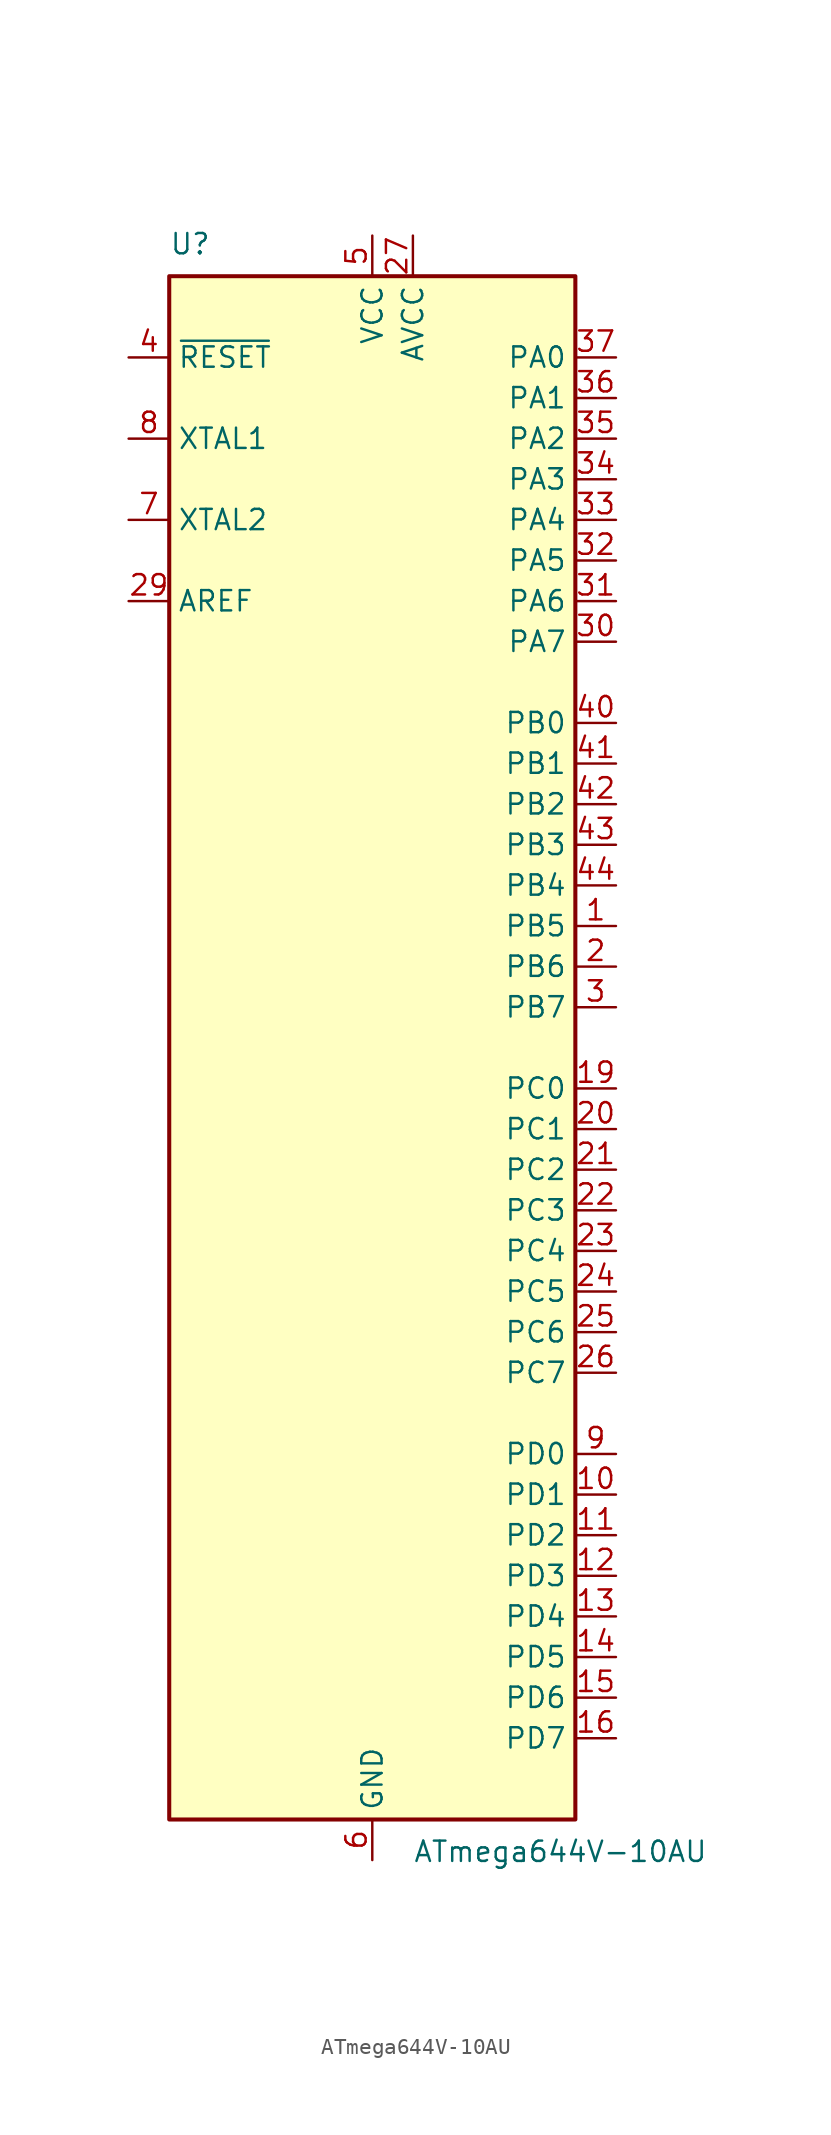
<source format=kicad_sym>
(kicad_symbol_lib
  (version 20211014)
  (generator kicad_symbol_editor)
  (symbol "ATmega644V-10AU"
    (property "Reference" "U"
      (at -12.7 49.53 0)
      (effects (font (size 1.27 1.27)) (justify left bottom)))
    (property "Value" "ATmega644V-10AU"
      (at 2.54 -49.53 0)
      (effects (font (size 1.27 1.27)) (justify left top)))
    (symbol "ATmega644V-10AU_0_1"
      (rectangle (start -12.7 -48.26) (end 12.7 48.26) (stroke (width 0.254) (type default) (color 0 0 0 0)) (fill (type background))))
    (symbol "ATmega644V-10AU_1_1"
      (pin bidirectional line (at 15.24 7.62 180) (length 2.54) (name "PB5" (effects (font (size 1.27 1.27)))) (number "1" (effects (font (size 1.27 1.27)))))
      (pin bidirectional line (at 15.24 -27.94 180) (length 2.54) (name "PD1" (effects (font (size 1.27 1.27)))) (number "10" (effects (font (size 1.27 1.27)))))
      (pin bidirectional line (at 15.24 -30.48 180) (length 2.54) (name "PD2" (effects (font (size 1.27 1.27)))) (number "11" (effects (font (size 1.27 1.27)))))
      (pin bidirectional line (at 15.24 -33.02 180) (length 2.54) (name "PD3" (effects (font (size 1.27 1.27)))) (number "12" (effects (font (size 1.27 1.27)))))
      (pin bidirectional line (at 15.24 -35.56 180) (length 2.54) (name "PD4" (effects (font (size 1.27 1.27)))) (number "13" (effects (font (size 1.27 1.27)))))
      (pin bidirectional line (at 15.24 -38.1 180) (length 2.54) (name "PD5" (effects (font (size 1.27 1.27)))) (number "14" (effects (font (size 1.27 1.27)))))
      (pin bidirectional line (at 15.24 -40.64 180) (length 2.54) (name "PD6" (effects (font (size 1.27 1.27)))) (number "15" (effects (font (size 1.27 1.27)))))
      (pin bidirectional line (at 15.24 -43.18 180) (length 2.54) (name "PD7" (effects (font (size 1.27 1.27)))) (number "16" (effects (font (size 1.27 1.27)))))
      (pin passive line (at 0 50.8 270) (length 2.54) hide (name "VCC" (effects (font (size 1.27 1.27)))) (number "17" (effects (font (size 1.27 1.27)))))
      (pin passive line (at 0 -50.8 90) (length 2.54) hide (name "GND" (effects (font (size 1.27 1.27)))) (number "18" (effects (font (size 1.27 1.27)))))
      (pin bidirectional line (at 15.24 -2.54 180) (length 2.54) (name "PC0" (effects (font (size 1.27 1.27)))) (number "19" (effects (font (size 1.27 1.27)))))
      (pin bidirectional line (at 15.24 5.08 180) (length 2.54) (name "PB6" (effects (font (size 1.27 1.27)))) (number "2" (effects (font (size 1.27 1.27)))))
      (pin bidirectional line (at 15.24 -5.08 180) (length 2.54) (name "PC1" (effects (font (size 1.27 1.27)))) (number "20" (effects (font (size 1.27 1.27)))))
      (pin bidirectional line (at 15.24 -7.62 180) (length 2.54) (name "PC2" (effects (font (size 1.27 1.27)))) (number "21" (effects (font (size 1.27 1.27)))))
      (pin bidirectional line (at 15.24 -10.16 180) (length 2.54) (name "PC3" (effects (font (size 1.27 1.27)))) (number "22" (effects (font (size 1.27 1.27)))))
      (pin bidirectional line (at 15.24 -12.7 180) (length 2.54) (name "PC4" (effects (font (size 1.27 1.27)))) (number "23" (effects (font (size 1.27 1.27)))))
      (pin bidirectional line (at 15.24 -15.24 180) (length 2.54) (name "PC5" (effects (font (size 1.27 1.27)))) (number "24" (effects (font (size 1.27 1.27)))))
      (pin bidirectional line (at 15.24 -17.78 180) (length 2.54) (name "PC6" (effects (font (size 1.27 1.27)))) (number "25" (effects (font (size 1.27 1.27)))))
      (pin bidirectional line (at 15.24 -20.32 180) (length 2.54) (name "PC7" (effects (font (size 1.27 1.27)))) (number "26" (effects (font (size 1.27 1.27)))))
      (pin power_in line (at 2.54 50.8 270) (length 2.54) (name "AVCC" (effects (font (size 1.27 1.27)))) (number "27" (effects (font (size 1.27 1.27)))))
      (pin passive line (at 0 -50.8 90) (length 2.54) hide (name "GND" (effects (font (size 1.27 1.27)))) (number "28" (effects (font (size 1.27 1.27)))))
      (pin passive line (at -15.24 27.94 0) (length 2.54) (name "AREF" (effects (font (size 1.27 1.27)))) (number "29" (effects (font (size 1.27 1.27)))))
      (pin bidirectional line (at 15.24 2.54 180) (length 2.54) (name "PB7" (effects (font (size 1.27 1.27)))) (number "3" (effects (font (size 1.27 1.27)))))
      (pin bidirectional line (at 15.24 25.4 180) (length 2.54) (name "PA7" (effects (font (size 1.27 1.27)))) (number "30" (effects (font (size 1.27 1.27)))))
      (pin bidirectional line (at 15.24 27.94 180) (length 2.54) (name "PA6" (effects (font (size 1.27 1.27)))) (number "31" (effects (font (size 1.27 1.27)))))
      (pin bidirectional line (at 15.24 30.48 180) (length 2.54) (name "PA5" (effects (font (size 1.27 1.27)))) (number "32" (effects (font (size 1.27 1.27)))))
      (pin bidirectional line (at 15.24 33.02 180) (length 2.54) (name "PA4" (effects (font (size 1.27 1.27)))) (number "33" (effects (font (size 1.27 1.27)))))
      (pin bidirectional line (at 15.24 35.56 180) (length 2.54) (name "PA3" (effects (font (size 1.27 1.27)))) (number "34" (effects (font (size 1.27 1.27)))))
      (pin bidirectional line (at 15.24 38.1 180) (length 2.54) (name "PA2" (effects (font (size 1.27 1.27)))) (number "35" (effects (font (size 1.27 1.27)))))
      (pin bidirectional line (at 15.24 40.64 180) (length 2.54) (name "PA1" (effects (font (size 1.27 1.27)))) (number "36" (effects (font (size 1.27 1.27)))))
      (pin bidirectional line (at 15.24 43.18 180) (length 2.54) (name "PA0" (effects (font (size 1.27 1.27)))) (number "37" (effects (font (size 1.27 1.27)))))
      (pin passive line (at 0 50.8 270) (length 2.54) hide (name "VCC" (effects (font (size 1.27 1.27)))) (number "38" (effects (font (size 1.27 1.27)))))
      (pin passive line (at 0 -50.8 90) (length 2.54) hide (name "GND" (effects (font (size 1.27 1.27)))) (number "39" (effects (font (size 1.27 1.27)))))
      (pin input line (at -15.24 43.18 0) (length 2.54) (name "~{RESET}" (effects (font (size 1.27 1.27)))) (number "4" (effects (font (size 1.27 1.27)))))
      (pin bidirectional line (at 15.24 20.32 180) (length 2.54) (name "PB0" (effects (font (size 1.27 1.27)))) (number "40" (effects (font (size 1.27 1.27)))))
      (pin bidirectional line (at 15.24 17.78 180) (length 2.54) (name "PB1" (effects (font (size 1.27 1.27)))) (number "41" (effects (font (size 1.27 1.27)))))
      (pin bidirectional line (at 15.24 15.24 180) (length 2.54) (name "PB2" (effects (font (size 1.27 1.27)))) (number "42" (effects (font (size 1.27 1.27)))))
      (pin bidirectional line (at 15.24 12.7 180) (length 2.54) (name "PB3" (effects (font (size 1.27 1.27)))) (number "43" (effects (font (size 1.27 1.27)))))
      (pin bidirectional line (at 15.24 10.16 180) (length 2.54) (name "PB4" (effects (font (size 1.27 1.27)))) (number "44" (effects (font (size 1.27 1.27)))))
      (pin power_in line (at 0 50.8 270) (length 2.54) (name "VCC" (effects (font (size 1.27 1.27)))) (number "5" (effects (font (size 1.27 1.27)))))
      (pin power_in line (at 0 -50.8 90) (length 2.54) (name "GND" (effects (font (size 1.27 1.27)))) (number "6" (effects (font (size 1.27 1.27)))))
      (pin output line (at -15.24 33.02 0) (length 2.54) (name "XTAL2" (effects (font (size 1.27 1.27)))) (number "7" (effects (font (size 1.27 1.27)))))
      (pin input line (at -15.24 38.1 0) (length 2.54) (name "XTAL1" (effects (font (size 1.27 1.27)))) (number "8" (effects (font (size 1.27 1.27)))))
      (pin bidirectional line (at 15.24 -25.4 180) (length 2.54) (name "PD0" (effects (font (size 1.27 1.27)))) (number "9" (effects (font (size 1.27 1.27))))))))
</source>
